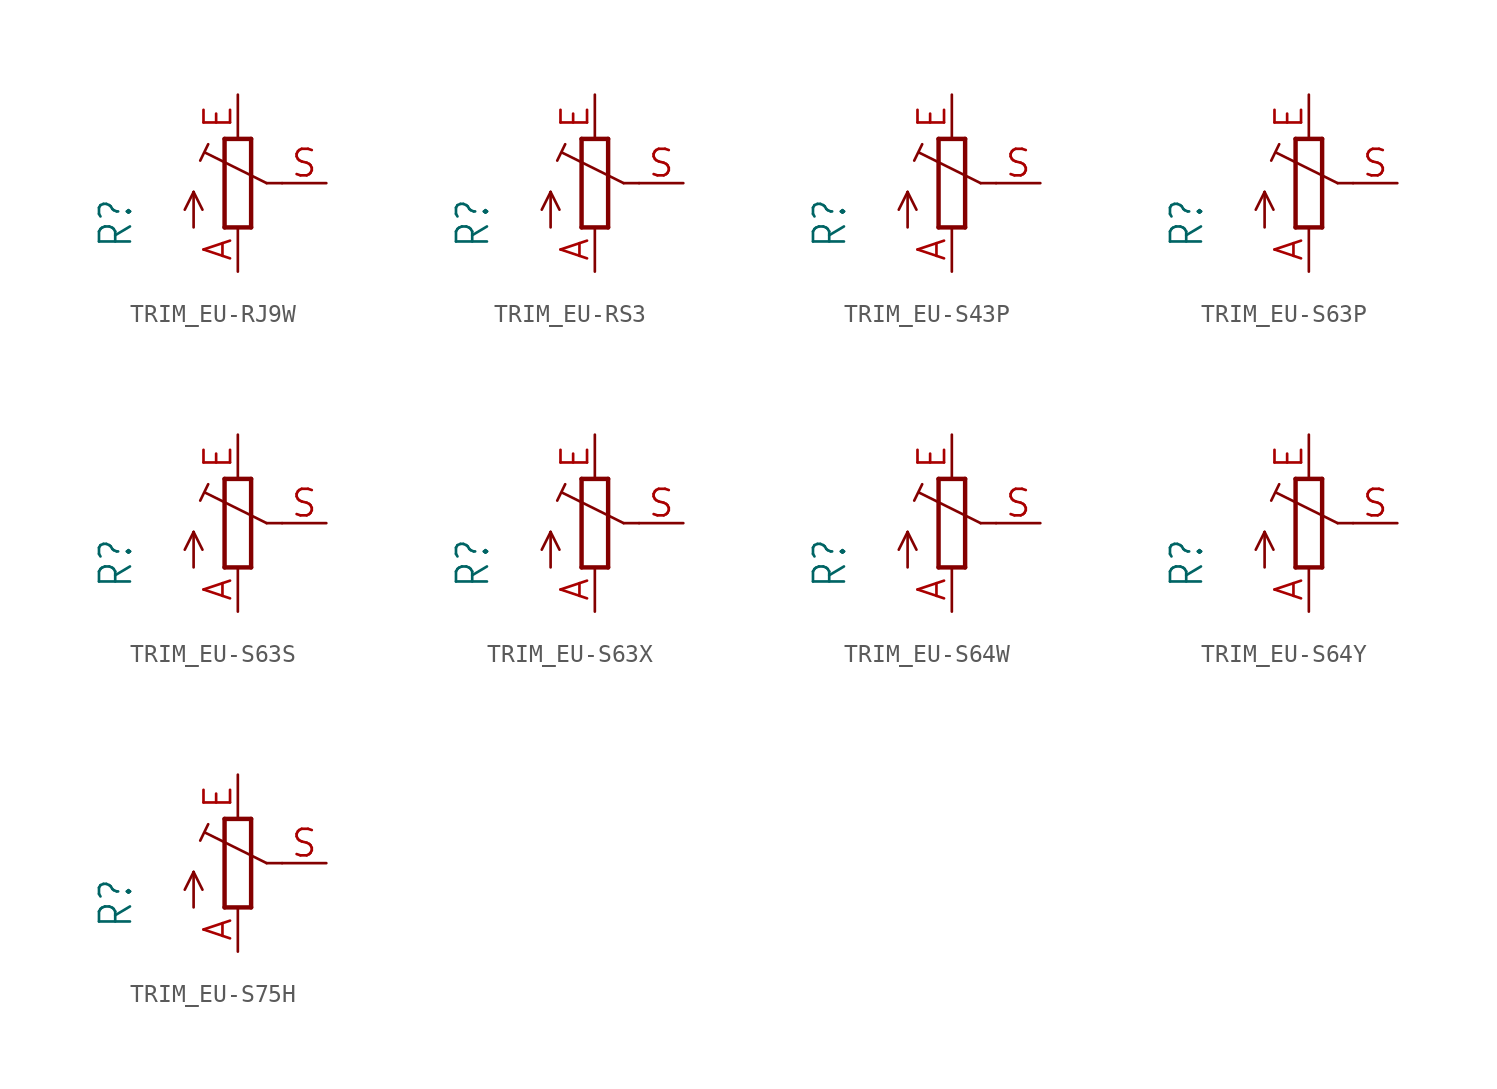
<source format=kicad_sym>
(kicad_symbol_lib
  (version 20241209)
  (generator "kicad_symbol_editor")
  (generator_version "9.0")
  (symbol "TRIM_EU-RJ9W"
    (property "Reference" "R"
      (at -5.969 -3.81 90)
      (effects (font (size 1.778 1.511)) (justify left bottom)))
    (property "Value" ""
      (at -3.81 -3.81 90)
      (effects (font (size 1.778 1.511)) (justify left bottom)))
    (property "ki_locked" ""
      (at 0 0 0)
      (effects (font (size 1.27 1.27))))
    (symbol "TRIM_EU-RJ9W_1_0"
      (polyline (pts (xy -2.54 -0.508) (xy -3.048 -1.524)) (stroke (width 0.152) (type solid)) (fill (type none)))
      (polyline (pts (xy -2.54 -0.508) (xy -2.032 -1.524)) (stroke (width 0.152) (type solid)) (fill (type none)))
      (polyline (pts (xy -2.54 -2.54) (xy -2.54 -0.508)) (stroke (width 0.152) (type solid)) (fill (type none)))
      (polyline (pts (xy -2.16 1.294) (xy -1.702 2.235)) (stroke (width 0.152) (type solid)) (fill (type none)))
      (polyline (pts (xy -0.762 2.54) (xy -0.762 -2.54)) (stroke (width 0.254) (type solid)) (fill (type none)))
      (polyline (pts (xy -0.762 -2.54) (xy 0.762 -2.54)) (stroke (width 0.254) (type solid)) (fill (type none)))
      (polyline (pts (xy 0.762 2.54) (xy -0.762 2.54)) (stroke (width 0.254) (type solid)) (fill (type none)))
      (polyline (pts (xy 0.762 -2.54) (xy 0.762 2.54)) (stroke (width 0.254) (type solid)) (fill (type none)))
      (polyline (pts (xy 1.651 0) (xy -1.88 1.753)) (stroke (width 0.152) (type solid)) (fill (type none)))
      (polyline (pts (xy 2.54 0) (xy 1.651 0)) (stroke (width 0.152) (type solid)) (fill (type none)))
      (pin passive line (at 0 5.08 270) (length 2.54) (name "E" (effects (font (size 0 0)))) (number "E" (effects (font (size 1.524 1.524)))))
      (pin passive line (at 0 -5.08 90) (length 2.54) (name "A" (effects (font (size 0 0)))) (number "A" (effects (font (size 1.524 1.524)))))
      (pin passive line (at 5.08 0 180) (length 2.54) (name "S" (effects (font (size 0 0)))) (number "S" (effects (font (size 1.524 1.524)))))))
  (symbol "TRIM_EU-RS3"
    (property "Reference" "R"
      (at -5.969 -3.81 90)
      (effects (font (size 1.778 1.511)) (justify left bottom)))
    (property "Value" ""
      (at -3.81 -3.81 90)
      (effects (font (size 1.778 1.511)) (justify left bottom)))
    (property "ki_locked" ""
      (at 0 0 0)
      (effects (font (size 1.27 1.27))))
    (symbol "TRIM_EU-RS3_1_0"
      (polyline (pts (xy -2.54 -0.508) (xy -3.048 -1.524)) (stroke (width 0.152) (type solid)) (fill (type none)))
      (polyline (pts (xy -2.54 -0.508) (xy -2.032 -1.524)) (stroke (width 0.152) (type solid)) (fill (type none)))
      (polyline (pts (xy -2.54 -2.54) (xy -2.54 -0.508)) (stroke (width 0.152) (type solid)) (fill (type none)))
      (polyline (pts (xy -2.16 1.294) (xy -1.702 2.235)) (stroke (width 0.152) (type solid)) (fill (type none)))
      (polyline (pts (xy -0.762 2.54) (xy -0.762 -2.54)) (stroke (width 0.254) (type solid)) (fill (type none)))
      (polyline (pts (xy -0.762 -2.54) (xy 0.762 -2.54)) (stroke (width 0.254) (type solid)) (fill (type none)))
      (polyline (pts (xy 0.762 2.54) (xy -0.762 2.54)) (stroke (width 0.254) (type solid)) (fill (type none)))
      (polyline (pts (xy 0.762 -2.54) (xy 0.762 2.54)) (stroke (width 0.254) (type solid)) (fill (type none)))
      (polyline (pts (xy 1.651 0) (xy -1.88 1.753)) (stroke (width 0.152) (type solid)) (fill (type none)))
      (polyline (pts (xy 2.54 0) (xy 1.651 0)) (stroke (width 0.152) (type solid)) (fill (type none)))
      (pin passive line (at 0 5.08 270) (length 2.54) (name "E" (effects (font (size 0 0)))) (number "E" (effects (font (size 1.524 1.524)))))
      (pin passive line (at 0 -5.08 90) (length 2.54) (name "A" (effects (font (size 0 0)))) (number "A" (effects (font (size 1.524 1.524)))))
      (pin passive line (at 5.08 0 180) (length 2.54) (name "S" (effects (font (size 0 0)))) (number "S" (effects (font (size 1.524 1.524)))))))
  (symbol "TRIM_EU-S43P"
    (property "Reference" "R"
      (at -5.969 -3.81 90)
      (effects (font (size 1.778 1.511)) (justify left bottom)))
    (property "Value" ""
      (at -3.81 -3.81 90)
      (effects (font (size 1.778 1.511)) (justify left bottom)))
    (property "ki_locked" ""
      (at 0 0 0)
      (effects (font (size 1.27 1.27))))
    (symbol "TRIM_EU-S43P_1_0"
      (polyline (pts (xy -2.54 -0.508) (xy -3.048 -1.524)) (stroke (width 0.152) (type solid)) (fill (type none)))
      (polyline (pts (xy -2.54 -0.508) (xy -2.032 -1.524)) (stroke (width 0.152) (type solid)) (fill (type none)))
      (polyline (pts (xy -2.54 -2.54) (xy -2.54 -0.508)) (stroke (width 0.152) (type solid)) (fill (type none)))
      (polyline (pts (xy -2.16 1.294) (xy -1.702 2.235)) (stroke (width 0.152) (type solid)) (fill (type none)))
      (polyline (pts (xy -0.762 2.54) (xy -0.762 -2.54)) (stroke (width 0.254) (type solid)) (fill (type none)))
      (polyline (pts (xy -0.762 -2.54) (xy 0.762 -2.54)) (stroke (width 0.254) (type solid)) (fill (type none)))
      (polyline (pts (xy 0.762 2.54) (xy -0.762 2.54)) (stroke (width 0.254) (type solid)) (fill (type none)))
      (polyline (pts (xy 0.762 -2.54) (xy 0.762 2.54)) (stroke (width 0.254) (type solid)) (fill (type none)))
      (polyline (pts (xy 1.651 0) (xy -1.88 1.753)) (stroke (width 0.152) (type solid)) (fill (type none)))
      (polyline (pts (xy 2.54 0) (xy 1.651 0)) (stroke (width 0.152) (type solid)) (fill (type none)))
      (pin passive line (at 0 5.08 270) (length 2.54) (name "E" (effects (font (size 0 0)))) (number "E" (effects (font (size 1.524 1.524)))))
      (pin passive line (at 0 -5.08 90) (length 2.54) (name "A" (effects (font (size 0 0)))) (number "A" (effects (font (size 1.524 1.524)))))
      (pin passive line (at 5.08 0 180) (length 2.54) (name "S" (effects (font (size 0 0)))) (number "S" (effects (font (size 1.524 1.524)))))))
  (symbol "TRIM_EU-S63P"
    (property "Reference" "R"
      (at -5.969 -3.81 90)
      (effects (font (size 1.778 1.511)) (justify left bottom)))
    (property "Value" ""
      (at -3.81 -3.81 90)
      (effects (font (size 1.778 1.511)) (justify left bottom)))
    (property "ki_locked" ""
      (at 0 0 0)
      (effects (font (size 1.27 1.27))))
    (symbol "TRIM_EU-S63P_1_0"
      (polyline (pts (xy -2.54 -0.508) (xy -3.048 -1.524)) (stroke (width 0.152) (type solid)) (fill (type none)))
      (polyline (pts (xy -2.54 -0.508) (xy -2.032 -1.524)) (stroke (width 0.152) (type solid)) (fill (type none)))
      (polyline (pts (xy -2.54 -2.54) (xy -2.54 -0.508)) (stroke (width 0.152) (type solid)) (fill (type none)))
      (polyline (pts (xy -2.16 1.294) (xy -1.702 2.235)) (stroke (width 0.152) (type solid)) (fill (type none)))
      (polyline (pts (xy -0.762 2.54) (xy -0.762 -2.54)) (stroke (width 0.254) (type solid)) (fill (type none)))
      (polyline (pts (xy -0.762 -2.54) (xy 0.762 -2.54)) (stroke (width 0.254) (type solid)) (fill (type none)))
      (polyline (pts (xy 0.762 2.54) (xy -0.762 2.54)) (stroke (width 0.254) (type solid)) (fill (type none)))
      (polyline (pts (xy 0.762 -2.54) (xy 0.762 2.54)) (stroke (width 0.254) (type solid)) (fill (type none)))
      (polyline (pts (xy 1.651 0) (xy -1.88 1.753)) (stroke (width 0.152) (type solid)) (fill (type none)))
      (polyline (pts (xy 2.54 0) (xy 1.651 0)) (stroke (width 0.152) (type solid)) (fill (type none)))
      (pin passive line (at 0 5.08 270) (length 2.54) (name "E" (effects (font (size 0 0)))) (number "E" (effects (font (size 1.524 1.524)))))
      (pin passive line (at 0 -5.08 90) (length 2.54) (name "A" (effects (font (size 0 0)))) (number "A" (effects (font (size 1.524 1.524)))))
      (pin passive line (at 5.08 0 180) (length 2.54) (name "S" (effects (font (size 0 0)))) (number "S" (effects (font (size 1.524 1.524)))))))
  (symbol "TRIM_EU-S63S"
    (property "Reference" "R"
      (at -5.969 -3.81 90)
      (effects (font (size 1.778 1.511)) (justify left bottom)))
    (property "Value" ""
      (at -3.81 -3.81 90)
      (effects (font (size 1.778 1.511)) (justify left bottom)))
    (property "ki_locked" ""
      (at 0 0 0)
      (effects (font (size 1.27 1.27))))
    (symbol "TRIM_EU-S63S_1_0"
      (polyline (pts (xy -2.54 -0.508) (xy -3.048 -1.524)) (stroke (width 0.152) (type solid)) (fill (type none)))
      (polyline (pts (xy -2.54 -0.508) (xy -2.032 -1.524)) (stroke (width 0.152) (type solid)) (fill (type none)))
      (polyline (pts (xy -2.54 -2.54) (xy -2.54 -0.508)) (stroke (width 0.152) (type solid)) (fill (type none)))
      (polyline (pts (xy -2.16 1.294) (xy -1.702 2.235)) (stroke (width 0.152) (type solid)) (fill (type none)))
      (polyline (pts (xy -0.762 2.54) (xy -0.762 -2.54)) (stroke (width 0.254) (type solid)) (fill (type none)))
      (polyline (pts (xy -0.762 -2.54) (xy 0.762 -2.54)) (stroke (width 0.254) (type solid)) (fill (type none)))
      (polyline (pts (xy 0.762 2.54) (xy -0.762 2.54)) (stroke (width 0.254) (type solid)) (fill (type none)))
      (polyline (pts (xy 0.762 -2.54) (xy 0.762 2.54)) (stroke (width 0.254) (type solid)) (fill (type none)))
      (polyline (pts (xy 1.651 0) (xy -1.88 1.753)) (stroke (width 0.152) (type solid)) (fill (type none)))
      (polyline (pts (xy 2.54 0) (xy 1.651 0)) (stroke (width 0.152) (type solid)) (fill (type none)))
      (pin passive line (at 0 5.08 270) (length 2.54) (name "E" (effects (font (size 0 0)))) (number "E" (effects (font (size 1.524 1.524)))))
      (pin passive line (at 0 -5.08 90) (length 2.54) (name "A" (effects (font (size 0 0)))) (number "A" (effects (font (size 1.524 1.524)))))
      (pin passive line (at 5.08 0 180) (length 2.54) (name "S" (effects (font (size 0 0)))) (number "S" (effects (font (size 1.524 1.524)))))))
  (symbol "TRIM_EU-S63X"
    (property "Reference" "R"
      (at -5.969 -3.81 90)
      (effects (font (size 1.778 1.511)) (justify left bottom)))
    (property "Value" ""
      (at -3.81 -3.81 90)
      (effects (font (size 1.778 1.511)) (justify left bottom)))
    (property "ki_locked" ""
      (at 0 0 0)
      (effects (font (size 1.27 1.27))))
    (symbol "TRIM_EU-S63X_1_0"
      (polyline (pts (xy -2.54 -0.508) (xy -3.048 -1.524)) (stroke (width 0.152) (type solid)) (fill (type none)))
      (polyline (pts (xy -2.54 -0.508) (xy -2.032 -1.524)) (stroke (width 0.152) (type solid)) (fill (type none)))
      (polyline (pts (xy -2.54 -2.54) (xy -2.54 -0.508)) (stroke (width 0.152) (type solid)) (fill (type none)))
      (polyline (pts (xy -2.16 1.294) (xy -1.702 2.235)) (stroke (width 0.152) (type solid)) (fill (type none)))
      (polyline (pts (xy -0.762 2.54) (xy -0.762 -2.54)) (stroke (width 0.254) (type solid)) (fill (type none)))
      (polyline (pts (xy -0.762 -2.54) (xy 0.762 -2.54)) (stroke (width 0.254) (type solid)) (fill (type none)))
      (polyline (pts (xy 0.762 2.54) (xy -0.762 2.54)) (stroke (width 0.254) (type solid)) (fill (type none)))
      (polyline (pts (xy 0.762 -2.54) (xy 0.762 2.54)) (stroke (width 0.254) (type solid)) (fill (type none)))
      (polyline (pts (xy 1.651 0) (xy -1.88 1.753)) (stroke (width 0.152) (type solid)) (fill (type none)))
      (polyline (pts (xy 2.54 0) (xy 1.651 0)) (stroke (width 0.152) (type solid)) (fill (type none)))
      (pin passive line (at 0 5.08 270) (length 2.54) (name "E" (effects (font (size 0 0)))) (number "E" (effects (font (size 1.524 1.524)))))
      (pin passive line (at 0 -5.08 90) (length 2.54) (name "A" (effects (font (size 0 0)))) (number "A" (effects (font (size 1.524 1.524)))))
      (pin passive line (at 5.08 0 180) (length 2.54) (name "S" (effects (font (size 0 0)))) (number "S" (effects (font (size 1.524 1.524)))))))
  (symbol "TRIM_EU-S64W"
    (property "Reference" "R"
      (at -5.969 -3.81 90)
      (effects (font (size 1.778 1.511)) (justify left bottom)))
    (property "Value" ""
      (at -3.81 -3.81 90)
      (effects (font (size 1.778 1.511)) (justify left bottom)))
    (property "ki_locked" ""
      (at 0 0 0)
      (effects (font (size 1.27 1.27))))
    (symbol "TRIM_EU-S64W_1_0"
      (polyline (pts (xy -2.54 -0.508) (xy -3.048 -1.524)) (stroke (width 0.152) (type solid)) (fill (type none)))
      (polyline (pts (xy -2.54 -0.508) (xy -2.032 -1.524)) (stroke (width 0.152) (type solid)) (fill (type none)))
      (polyline (pts (xy -2.54 -2.54) (xy -2.54 -0.508)) (stroke (width 0.152) (type solid)) (fill (type none)))
      (polyline (pts (xy -2.16 1.294) (xy -1.702 2.235)) (stroke (width 0.152) (type solid)) (fill (type none)))
      (polyline (pts (xy -0.762 2.54) (xy -0.762 -2.54)) (stroke (width 0.254) (type solid)) (fill (type none)))
      (polyline (pts (xy -0.762 -2.54) (xy 0.762 -2.54)) (stroke (width 0.254) (type solid)) (fill (type none)))
      (polyline (pts (xy 0.762 2.54) (xy -0.762 2.54)) (stroke (width 0.254) (type solid)) (fill (type none)))
      (polyline (pts (xy 0.762 -2.54) (xy 0.762 2.54)) (stroke (width 0.254) (type solid)) (fill (type none)))
      (polyline (pts (xy 1.651 0) (xy -1.88 1.753)) (stroke (width 0.152) (type solid)) (fill (type none)))
      (polyline (pts (xy 2.54 0) (xy 1.651 0)) (stroke (width 0.152) (type solid)) (fill (type none)))
      (pin passive line (at 0 5.08 270) (length 2.54) (name "E" (effects (font (size 0 0)))) (number "E" (effects (font (size 1.524 1.524)))))
      (pin passive line (at 0 -5.08 90) (length 2.54) (name "A" (effects (font (size 0 0)))) (number "A" (effects (font (size 1.524 1.524)))))
      (pin passive line (at 5.08 0 180) (length 2.54) (name "S" (effects (font (size 0 0)))) (number "S" (effects (font (size 1.524 1.524)))))))
  (symbol "TRIM_EU-S64Y"
    (property "Reference" "R"
      (at -5.969 -3.81 90)
      (effects (font (size 1.778 1.511)) (justify left bottom)))
    (property "Value" ""
      (at -3.81 -3.81 90)
      (effects (font (size 1.778 1.511)) (justify left bottom)))
    (property "ki_locked" ""
      (at 0 0 0)
      (effects (font (size 1.27 1.27))))
    (symbol "TRIM_EU-S64Y_1_0"
      (polyline (pts (xy -2.54 -0.508) (xy -3.048 -1.524)) (stroke (width 0.152) (type solid)) (fill (type none)))
      (polyline (pts (xy -2.54 -0.508) (xy -2.032 -1.524)) (stroke (width 0.152) (type solid)) (fill (type none)))
      (polyline (pts (xy -2.54 -2.54) (xy -2.54 -0.508)) (stroke (width 0.152) (type solid)) (fill (type none)))
      (polyline (pts (xy -2.16 1.294) (xy -1.702 2.235)) (stroke (width 0.152) (type solid)) (fill (type none)))
      (polyline (pts (xy -0.762 2.54) (xy -0.762 -2.54)) (stroke (width 0.254) (type solid)) (fill (type none)))
      (polyline (pts (xy -0.762 -2.54) (xy 0.762 -2.54)) (stroke (width 0.254) (type solid)) (fill (type none)))
      (polyline (pts (xy 0.762 2.54) (xy -0.762 2.54)) (stroke (width 0.254) (type solid)) (fill (type none)))
      (polyline (pts (xy 0.762 -2.54) (xy 0.762 2.54)) (stroke (width 0.254) (type solid)) (fill (type none)))
      (polyline (pts (xy 1.651 0) (xy -1.88 1.753)) (stroke (width 0.152) (type solid)) (fill (type none)))
      (polyline (pts (xy 2.54 0) (xy 1.651 0)) (stroke (width 0.152) (type solid)) (fill (type none)))
      (pin passive line (at 0 5.08 270) (length 2.54) (name "E" (effects (font (size 0 0)))) (number "E" (effects (font (size 1.524 1.524)))))
      (pin passive line (at 0 -5.08 90) (length 2.54) (name "A" (effects (font (size 0 0)))) (number "A" (effects (font (size 1.524 1.524)))))
      (pin passive line (at 5.08 0 180) (length 2.54) (name "S" (effects (font (size 0 0)))) (number "S" (effects (font (size 1.524 1.524)))))))
  (symbol "TRIM_EU-S75H"
    (property "Reference" "R"
      (at -5.969 -3.81 90)
      (effects (font (size 1.778 1.511)) (justify left bottom)))
    (property "Value" ""
      (at -3.81 -3.81 90)
      (effects (font (size 1.778 1.511)) (justify left bottom)))
    (property "ki_locked" ""
      (at 0 0 0)
      (effects (font (size 1.27 1.27))))
    (symbol "TRIM_EU-S75H_1_0"
      (polyline (pts (xy -2.54 -0.508) (xy -3.048 -1.524)) (stroke (width 0.152) (type solid)) (fill (type none)))
      (polyline (pts (xy -2.54 -0.508) (xy -2.032 -1.524)) (stroke (width 0.152) (type solid)) (fill (type none)))
      (polyline (pts (xy -2.54 -2.54) (xy -2.54 -0.508)) (stroke (width 0.152) (type solid)) (fill (type none)))
      (polyline (pts (xy -2.16 1.294) (xy -1.702 2.235)) (stroke (width 0.152) (type solid)) (fill (type none)))
      (polyline (pts (xy -0.762 2.54) (xy -0.762 -2.54)) (stroke (width 0.254) (type solid)) (fill (type none)))
      (polyline (pts (xy -0.762 -2.54) (xy 0.762 -2.54)) (stroke (width 0.254) (type solid)) (fill (type none)))
      (polyline (pts (xy 0.762 2.54) (xy -0.762 2.54)) (stroke (width 0.254) (type solid)) (fill (type none)))
      (polyline (pts (xy 0.762 -2.54) (xy 0.762 2.54)) (stroke (width 0.254) (type solid)) (fill (type none)))
      (polyline (pts (xy 1.651 0) (xy -1.88 1.753)) (stroke (width 0.152) (type solid)) (fill (type none)))
      (polyline (pts (xy 2.54 0) (xy 1.651 0)) (stroke (width 0.152) (type solid)) (fill (type none)))
      (pin passive line (at 0 5.08 270) (length 2.54) (name "E" (effects (font (size 0 0)))) (number "E" (effects (font (size 1.524 1.524)))))
      (pin passive line (at 0 -5.08 90) (length 2.54) (name "A" (effects (font (size 0 0)))) (number "A" (effects (font (size 1.524 1.524)))))
      (pin passive line (at 5.08 0 180) (length 2.54) (name "S" (effects (font (size 0 0)))) (number "S" (effects (font (size 1.524 1.524))))))))
</source>
